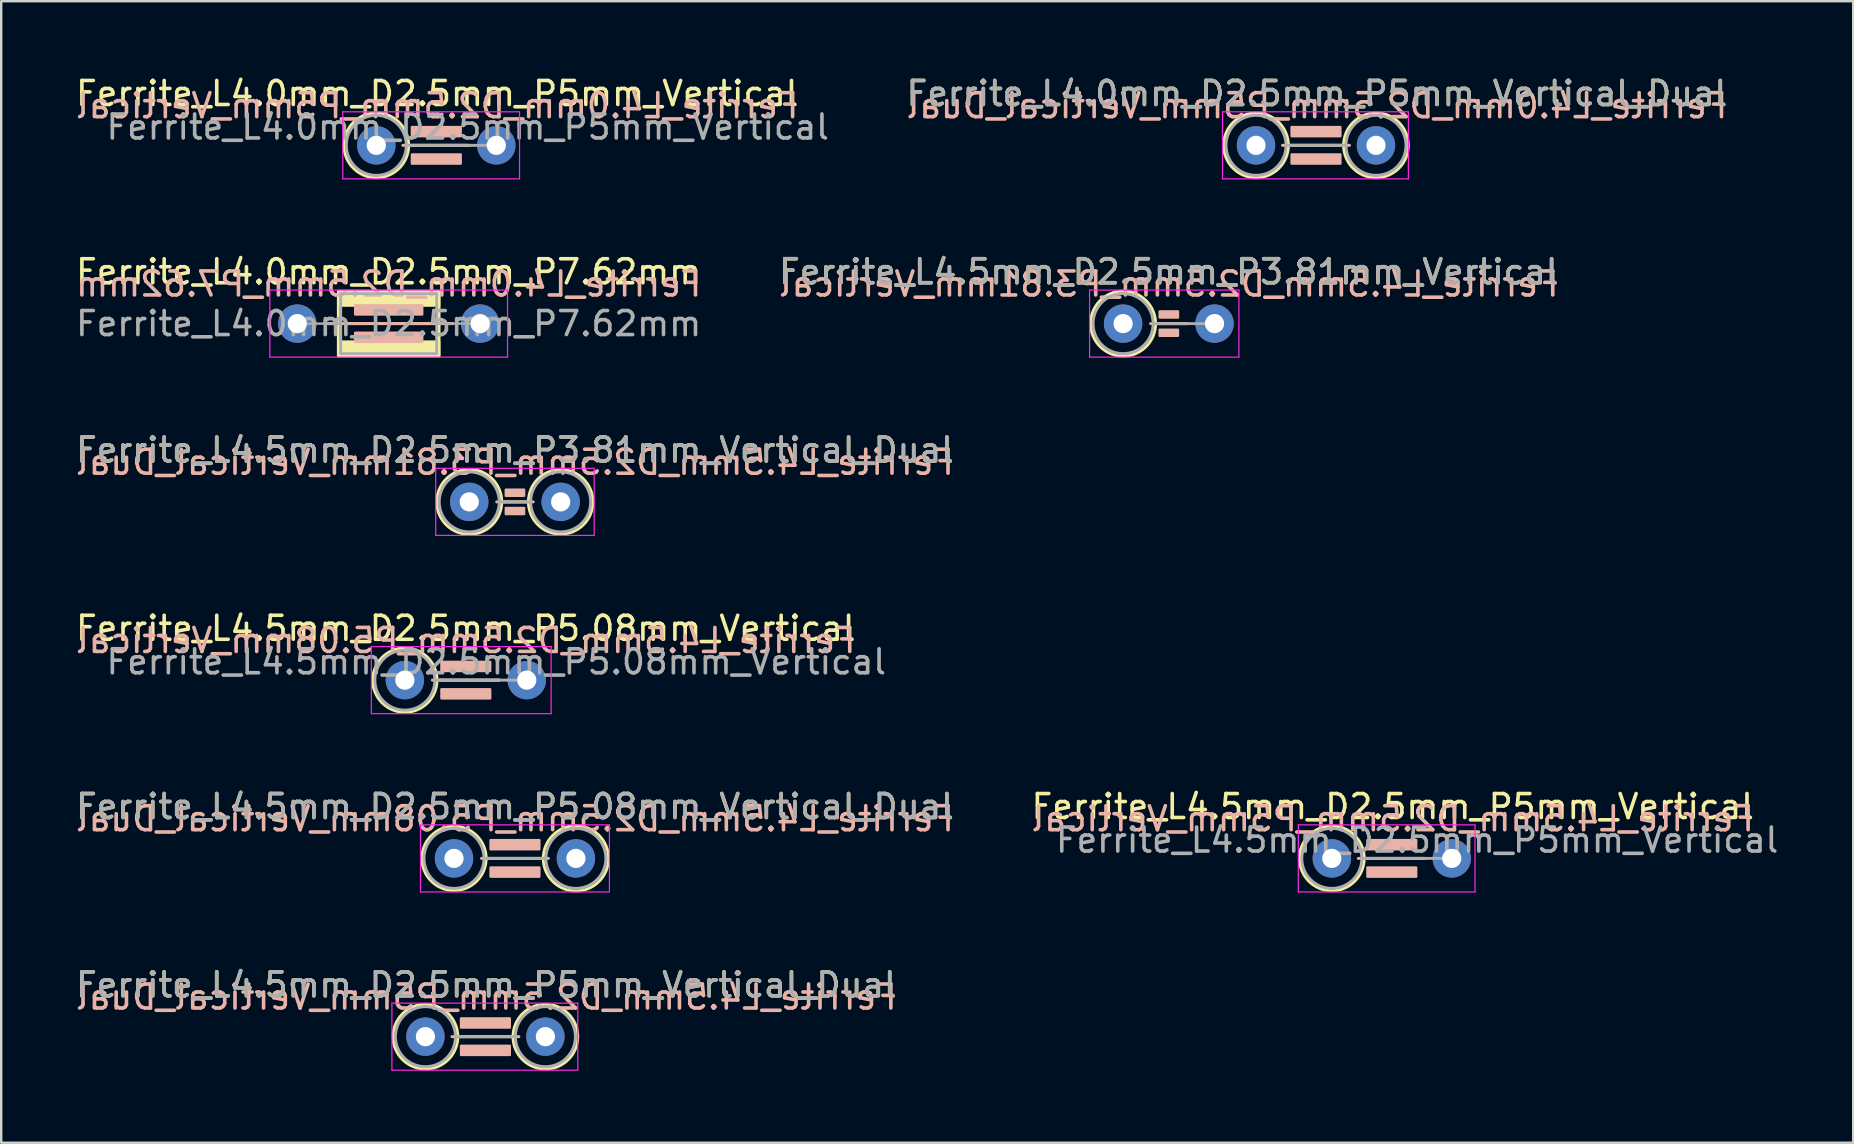
<source format=kicad_pcb>
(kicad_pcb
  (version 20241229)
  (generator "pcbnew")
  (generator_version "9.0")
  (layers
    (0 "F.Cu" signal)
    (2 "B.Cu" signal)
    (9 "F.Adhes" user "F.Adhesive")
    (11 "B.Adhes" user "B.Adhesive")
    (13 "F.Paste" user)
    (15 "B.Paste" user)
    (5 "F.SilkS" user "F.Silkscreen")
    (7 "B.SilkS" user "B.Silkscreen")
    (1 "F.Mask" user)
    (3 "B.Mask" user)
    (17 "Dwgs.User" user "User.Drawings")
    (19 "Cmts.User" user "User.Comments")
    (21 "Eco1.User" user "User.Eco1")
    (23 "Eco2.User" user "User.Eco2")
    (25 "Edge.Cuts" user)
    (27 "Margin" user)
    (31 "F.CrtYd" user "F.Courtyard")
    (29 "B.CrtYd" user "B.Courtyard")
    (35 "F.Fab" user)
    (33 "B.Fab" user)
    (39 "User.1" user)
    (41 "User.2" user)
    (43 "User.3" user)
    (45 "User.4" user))
  (footprint "Ferrite_L4.0mm_D2.5mm_P7.62mm"
    (layer "F.Cu")
    (at 9.339 10.437)
    (property "Reference" "Ferrite_L4.0mm_D2.5mm_P7.62mm" (at 3.81 -2.159 0) (layer "F.SilkS") (effects (font (size 1 1) (thickness 0.15))))
    (fp_line (start 5.424 0.000002) (end 1.143 0) (stroke (width 0.12) (type solid)) (layer "F.SilkS"))
    (fp_line (start 5.424 0.000002) (end 6.477 0) (stroke (width 0.12) (type solid)) (layer "F.SilkS"))
    (fp_rect (start 1.71 -1.35) (end 5.91 1.35) (stroke (width 0.12) (type solid)) (fill no) (layer "F.SilkS"))
    (fp_poly (pts (xy 5.91 -0.75) (xy 1.71 -0.75) (xy 1.71 -1.35) (xy 5.91 -1.35)) (stroke (width 0.1) (type solid)) (fill yes) (layer "F.SilkS"))
    (fp_poly (pts (xy 5.91 1.35) (xy 1.71 1.35) (xy 1.71 0.75) (xy 5.91 0.75)) (stroke (width 0.1) (type solid)) (fill yes) (layer "F.SilkS"))
    (fp_line (start 1.143 0) (end 6.477 0) (stroke (width 0.12) (type solid)) (layer "B.SilkS"))
    (fp_rect (start 2.413 -0.762) (end 5.207 -0.381) (stroke (width 0.1) (type solid)) (fill yes) (layer "B.SilkS"))
    (fp_rect (start 2.413 0.381) (end 5.207 0.762) (stroke (width 0.1) (type solid)) (fill yes) (layer "B.SilkS"))
    (fp_line (start -1.143 -1.397) (end 8.763 -1.397) (stroke (width 0.05) (type solid)) (layer "F.CrtYd"))
    (fp_line (start -1.143 1.397) (end -1.143 -1.397) (stroke (width 0.05) (type solid)) (layer "F.CrtYd"))
    (fp_line (start 8.763 -1.397) (end 8.763 1.397) (stroke (width 0.05) (type solid)) (layer "F.CrtYd"))
    (fp_line (start 8.763 1.397) (end -1.143 1.397) (stroke (width 0.05) (type solid)) (layer "F.CrtYd"))
    (fp_line (start 0 0) (end 1.81 0) (stroke (width 0.1) (type solid)) (layer "F.Fab"))
    (fp_line (start 1.81 -1.25) (end 1.81 0) (stroke (width 0.12) (type solid)) (layer "F.Fab"))
    (fp_line (start 1.81 0) (end 1.81 1.25) (stroke (width 0.12) (type solid)) (layer "F.Fab"))
    (fp_line (start 1.81 1.25) (end 5.81 1.25) (stroke (width 0.12) (type solid)) (layer "F.Fab"))
    (fp_line (start 5.81 -1.25) (end 1.81 -1.25) (stroke (width 0.12) (type solid)) (layer "F.Fab"))
    (fp_line (start 5.81 1.25) (end 5.81 -1.25) (stroke (width 0.12) (type solid)) (layer "F.Fab"))
    (fp_line (start 7.62 0) (end 5.81 0) (stroke (width 0.1) (type solid)) (layer "F.Fab"))
    (fp_text user "${REFERENCE}" (at 3.81 -1.651 0) (layer "B.SilkS") (effects (font (size 1 1) (thickness 0.15)) (justify mirror)))
    (fp_text user "${REFERENCE}" (at 3.81 0 0) (layer "F.Fab") (effects (font (size 1 1) (thickness 0.15))))
    (pad "1" thru_hole circle (at 0 0) (size 1.6 1.6) (drill 0.8) (layers "*.Cu" "*.Mask"))
    (pad "2" thru_hole circle (at 7.62 0) (size 1.6 1.6) (drill 0.8) (layers "*.Cu" "*.Mask")))
  (footprint "Ferrite_L4.5mm_D2.5mm_P5.08mm_Vertical"
    (layer "F.Cu")
    (at 13.823 25.295)
    (property "Reference" "Ferrite_L4.5mm_D2.5mm_P5.08mm_Vertical" (at 2.54 -2.159 0) (layer "F.SilkS") (effects (font (size 1 1) (thickness 0.15))))
    (fp_line (start 1.34 0) (end 3.937 0) (stroke (width 0.12) (type solid)) (layer "F.SilkS"))
    (fp_circle (center 0 0) (end 1.34 0) (stroke (width 0.12) (type solid)) (fill no) (layer "F.SilkS"))
    (fp_line (start 3.937 0) (end 1.143 0) (stroke (width 0.12) (type solid)) (layer "B.SilkS"))
    (fp_rect (start 1.524 -0.762) (end 3.556 -0.381) (stroke (width 0.1) (type solid)) (fill yes) (layer "B.SilkS"))
    (fp_rect (start 1.524 0.381) (end 3.556 0.762) (stroke (width 0.1) (type solid)) (fill yes) (layer "B.SilkS"))
    (fp_line (start -1.397 -1.397) (end 6.096 -1.397) (stroke (width 0.05) (type solid)) (layer "F.CrtYd"))
    (fp_line (start -1.397 1.397) (end -1.397 -1.397) (stroke (width 0.05) (type solid)) (layer "F.CrtYd"))
    (fp_line (start 6.096 -1.397) (end 6.096 1.397) (stroke (width 0.05) (type solid)) (layer "F.CrtYd"))
    (fp_line (start 6.096 1.397) (end -1.397 1.397) (stroke (width 0.05) (type solid)) (layer "F.CrtYd"))
    (fp_line (start 1.25 0) (end 5.08 0) (stroke (width 0.12) (type solid)) (layer "F.Fab"))
    (fp_circle (center 0 0) (end 1.25 0) (stroke (width 0.12) (type solid)) (fill no) (layer "F.Fab"))
    (fp_text user "${REFERENCE}" (at 2.54 -1.651 0) (layer "B.SilkS") (effects (font (size 1 1) (thickness 0.15)) (justify mirror)))
    (fp_text user "${REFERENCE}" (at 3.81 -0.762 0) (layer "F.Fab") (effects (font (size 1 1) (thickness 0.15))))
    (pad "1" thru_hole circle (at 0 0) (size 1.6 1.6) (drill 0.8) (layers "*.Cu" "*.Mask"))
    (pad "2" thru_hole circle (at 5.08 0) (size 1.6 1.6) (drill 0.8) (layers "*.Cu" "*.Mask")))
  (footprint "Ferrite_L4.5mm_D2.5mm_P3.81mm_Vertical_Dual"
    (layer "F.Cu")
    (at 16.506 17.866)
    (property "Reference" "Ferrite_L4.5mm_D2.5mm_P3.81mm_Vertical_Dual" (at 1.905 -2.159 0) (layer "F.SilkS") (effects (font (size 1 1) (thickness 0.15))))
    (fp_line (start 1.355 0) (end 2.465 0) (stroke (width 0.12) (type solid)) (layer "F.SilkS"))
    (fp_circle (center 0 0) (end 1.355 0) (stroke (width 0.12) (type solid)) (fill no) (layer "F.SilkS"))
    (fp_circle (center 3.81 0) (end 5.155 0) (stroke (width 0.12) (type solid)) (fill no) (layer "F.SilkS"))
    (fp_line (start 2.667 0) (end 1.143 0) (stroke (width 0.12) (type solid)) (layer "B.SilkS"))
    (fp_rect (start 1.524 -0.508) (end 2.286 -0.254) (stroke (width 0.1) (type solid)) (fill yes) (layer "B.SilkS"))
    (fp_rect (start 1.524 0.254) (end 2.286 0.508) (stroke (width 0.1) (type solid)) (fill yes) (layer "B.SilkS"))
    (fp_line (start -1.397 -1.397) (end 5.207 -1.397) (stroke (width 0.05) (type solid)) (layer "F.CrtYd"))
    (fp_line (start -1.397 1.397) (end -1.397 -1.397) (stroke (width 0.05) (type solid)) (layer "F.CrtYd"))
    (fp_line (start 5.207 -1.397) (end 5.207 1.397) (stroke (width 0.05) (type solid)) (layer "F.CrtYd"))
    (fp_line (start 5.207 1.397) (end -1.397 1.397) (stroke (width 0.05) (type solid)) (layer "F.CrtYd"))
    (fp_line (start 1.25 0) (end 2.56 0) (stroke (width 0.12) (type solid)) (layer "F.Fab"))
    (fp_circle (center 0 0) (end 1.25 0) (stroke (width 0.12) (type solid)) (fill no) (layer "F.Fab"))
    (fp_circle (center 3.81 0) (end 5.06 0) (stroke (width 0.12) (type solid)) (fill no) (layer "F.Fab"))
    (fp_text user "${REFERENCE}" (at 1.905 -1.651 0) (layer "B.SilkS") (effects (font (size 1 1) (thickness 0.15)) (justify mirror)))
    (fp_text user "${REFERENCE}" (at 1.905 -2.158 0) (layer "F.Fab") (effects (font (size 1 1) (thickness 0.15))))
    (pad "1" thru_hole circle (at 0 0) (size 1.6 1.6) (drill 0.8) (layers "*.Cu" "*.Mask"))
    (pad "2" thru_hole circle (at 3.81 0) (size 1.6 1.6) (drill 0.8) (layers "*.Cu" "*.Mask")))
  (footprint "Ferrite_L4.0mm_D2.5mm_P5mm_Vertical_Dual"
    (layer "F.Cu")
    (at 49.295 3.007)
    (property "Reference" "Ferrite_L4.0mm_D2.5mm_P5mm_Vertical_Dual" (at 2.54 -2.159 0) (layer "F.SilkS") (effects (font (size 1 1) (thickness 0.15))))
    (fp_line (start 1.35 0) (end 3.65 0) (stroke (width 0.12) (type solid)) (layer "F.SilkS"))
    (fp_circle (center 0 0) (end 1.35 0) (stroke (width 0.12) (type solid)) (fill no) (layer "F.SilkS"))
    (fp_circle (center 5 0) (end 6.35 0) (stroke (width 0.12) (type solid)) (fill no) (layer "F.SilkS"))
    (fp_line (start 3.897 0) (end 1.103 0) (stroke (width 0.12) (type solid)) (layer "B.SilkS"))
    (fp_rect (start 1.484 -0.762) (end 3.516 -0.381) (stroke (width 0.1) (type solid)) (fill yes) (layer "B.SilkS"))
    (fp_rect (start 1.484 0.381) (end 3.516 0.762) (stroke (width 0.1) (type solid)) (fill yes) (layer "B.SilkS"))
    (fp_line (start -1.397 -1.397) (end 6.35 -1.397) (stroke (width 0.05) (type solid)) (layer "F.CrtYd"))
    (fp_line (start -1.397 1.397) (end -1.397 -1.397) (stroke (width 0.05) (type solid)) (layer "F.CrtYd"))
    (fp_line (start 6.35 -1.397) (end 6.35 1.397) (stroke (width 0.05) (type solid)) (layer "F.CrtYd"))
    (fp_line (start 6.35 1.397) (end -1.397 1.397) (stroke (width 0.05) (type solid)) (layer "F.CrtYd"))
    (fp_line (start 1.25 0) (end 3.75 0) (stroke (width 0.12) (type solid)) (layer "F.Fab"))
    (fp_circle (center 0 0) (end 1.25 0) (stroke (width 0.12) (type solid)) (fill no) (layer "F.Fab"))
    (fp_circle (center 5 0) (end 6.25 0) (stroke (width 0.12) (type solid)) (fill no) (layer "F.Fab"))
    (fp_text user "${REFERENCE}" (at 2.54 -1.651 0) (layer "B.SilkS") (effects (font (size 1 1) (thickness 0.15)) (justify mirror)))
    (fp_text user "${REFERENCE}" (at 2.54 -2.158 0) (layer "F.Fab") (effects (font (size 1 1) (thickness 0.15))))
    (pad "1" thru_hole circle (at 0 0) (size 1.6 1.6) (drill 0.8) (layers "*.Cu" "*.Mask"))
    (pad "2" thru_hole circle (at 5 0) (size 1.6 1.6) (drill 0.8) (layers "*.Cu" "*.Mask")))
  (footprint "Ferrite_L4.0mm_D2.5mm_P5mm_Vertical"
    (layer "F.Cu")
    (at 12.633 3.007)
    (property "Reference" "Ferrite_L4.0mm_D2.5mm_P5mm_Vertical" (at 2.54 -2.159 0) (layer "F.SilkS") (effects (font (size 1 1) (thickness 0.15))))
    (fp_line (start 1.35 0) (end 3.81 0) (stroke (width 0.12) (type solid)) (layer "F.SilkS"))
    (fp_circle (center 0 0) (end 1.35 0) (stroke (width 0.12) (type solid)) (fill no) (layer "F.SilkS"))
    (fp_line (start 3.897 0) (end 1.103 0) (stroke (width 0.12) (type solid)) (layer "B.SilkS"))
    (fp_rect (start 1.484 -0.762) (end 3.516 -0.381) (stroke (width 0.1) (type solid)) (fill yes) (layer "B.SilkS"))
    (fp_rect (start 1.484 0.381) (end 3.516 0.762) (stroke (width 0.1) (type solid)) (fill yes) (layer "B.SilkS"))
    (fp_line (start -1.397 -1.397) (end 5.969 -1.397) (stroke (width 0.05) (type solid)) (layer "F.CrtYd"))
    (fp_line (start -1.397 1.397) (end -1.397 -1.397) (stroke (width 0.05) (type solid)) (layer "F.CrtYd"))
    (fp_line (start 5.969 -1.397) (end 5.969 1.397) (stroke (width 0.05) (type solid)) (layer "F.CrtYd"))
    (fp_line (start 5.969 1.397) (end -1.397 1.397) (stroke (width 0.05) (type solid)) (layer "F.CrtYd"))
    (fp_line (start 1.25 0) (end 5 0) (stroke (width 0.12) (type solid)) (layer "F.Fab"))
    (fp_circle (center 0 0) (end 1.25 0) (stroke (width 0.12) (type solid)) (fill no) (layer "F.Fab"))
    (fp_text user "${REFERENCE}" (at 2.54 -1.651 0) (layer "B.SilkS") (effects (font (size 1 1) (thickness 0.15)) (justify mirror)))
    (fp_text user "${REFERENCE}" (at 3.81 -0.762 0) (layer "F.Fab") (effects (font (size 1 1) (thickness 0.15))))
    (pad "1" thru_hole circle (at 0 0) (size 1.6 1.6) (drill 0.8) (layers "*.Cu" "*.Mask"))
    (pad "2" thru_hole circle (at 5 0) (size 1.6 1.6) (drill 0.8) (layers "*.Cu" "*.Mask")))
  (footprint "Ferrite_L4.5mm_D2.5mm_P5mm_Vertical_Dual"
    (layer "F.Cu")
    (at 14.68 40.154)
    (property "Reference" "Ferrite_L4.5mm_D2.5mm_P5mm_Vertical_Dual" (at 2.54 -2.159 0) (layer "F.SilkS") (effects (font (size 1 1) (thickness 0.15))))
    (fp_line (start 1.35 0) (end 3.65 0) (stroke (width 0.12) (type solid)) (layer "F.SilkS"))
    (fp_circle (center 0 0) (end 1.35 0) (stroke (width 0.12) (type solid)) (fill no) (layer "F.SilkS"))
    (fp_circle (center 5 0) (end 6.35 0) (stroke (width 0.12) (type solid)) (fill no) (layer "F.SilkS"))
    (fp_line (start 3.897 0) (end 1.103 0) (stroke (width 0.12) (type solid)) (layer "B.SilkS"))
    (fp_rect (start 1.484 -0.762) (end 3.516 -0.381) (stroke (width 0.1) (type solid)) (fill yes) (layer "B.SilkS"))
    (fp_rect (start 1.484 0.381) (end 3.516 0.762) (stroke (width 0.1) (type solid)) (fill yes) (layer "B.SilkS"))
    (fp_line (start -1.397 -1.397) (end 6.35 -1.397) (stroke (width 0.05) (type solid)) (layer "F.CrtYd"))
    (fp_line (start -1.397 1.397) (end -1.397 -1.397) (stroke (width 0.05) (type solid)) (layer "F.CrtYd"))
    (fp_line (start 6.35 -1.397) (end 6.35 1.397) (stroke (width 0.05) (type solid)) (layer "F.CrtYd"))
    (fp_line (start 6.35 1.397) (end -1.397 1.397) (stroke (width 0.05) (type solid)) (layer "F.CrtYd"))
    (fp_line (start 1.25 0) (end 3.75 0) (stroke (width 0.12) (type solid)) (layer "F.Fab"))
    (fp_circle (center 0 0) (end 1.25 0) (stroke (width 0.12) (type solid)) (fill no) (layer "F.Fab"))
    (fp_circle (center 5 0) (end 6.25 0) (stroke (width 0.12) (type solid)) (fill no) (layer "F.Fab"))
    (fp_text user "${REFERENCE}" (at 2.54 -1.651 0) (layer "B.SilkS") (effects (font (size 1 1) (thickness 0.15)) (justify mirror)))
    (fp_text user "${REFERENCE}" (at 2.54 -2.158 0) (layer "F.Fab") (effects (font (size 1 1) (thickness 0.15))))
    (pad "1" thru_hole circle (at 0 0) (size 1.6 1.6) (drill 0.8) (layers "*.Cu" "*.Mask"))
    (pad "2" thru_hole circle (at 5 0) (size 1.6 1.6) (drill 0.8) (layers "*.Cu" "*.Mask")))
  (footprint "Ferrite_L4.5mm_D2.5mm_P5.08mm_Vertical_Dual"
    (layer "F.Cu")
    (at 15.871 32.724)
    (property "Reference" "Ferrite_L4.5mm_D2.5mm_P5.08mm_Vertical_Dual" (at 2.54 -2.159 0) (layer "F.SilkS") (effects (font (size 1 1) (thickness 0.15))))
    (fp_line (start 1.34 0) (end 3.72 0) (stroke (width 0.12) (type solid)) (layer "F.SilkS"))
    (fp_circle (center 0 0) (end 1.34 0) (stroke (width 0.12) (type solid)) (fill no) (layer "F.SilkS"))
    (fp_circle (center 5.08 0) (end 6.44 0) (stroke (width 0.12) (type solid)) (fill no) (layer "F.SilkS"))
    (fp_line (start 3.937 0) (end 1.143 0) (stroke (width 0.12) (type solid)) (layer "B.SilkS"))
    (fp_rect (start 1.524 -0.762) (end 3.556 -0.381) (stroke (width 0.1) (type solid)) (fill yes) (layer "B.SilkS"))
    (fp_rect (start 1.524 0.381) (end 3.556 0.762) (stroke (width 0.1) (type solid)) (fill yes) (layer "B.SilkS"))
    (fp_line (start -1.397 -1.397) (end 6.477 -1.397) (stroke (width 0.05) (type solid)) (layer "F.CrtYd"))
    (fp_line (start -1.397 1.397) (end -1.397 -1.397) (stroke (width 0.05) (type solid)) (layer "F.CrtYd"))
    (fp_line (start 6.477 -1.397) (end 6.477 1.397) (stroke (width 0.05) (type solid)) (layer "F.CrtYd"))
    (fp_line (start 6.477 1.397) (end -1.397 1.397) (stroke (width 0.05) (type solid)) (layer "F.CrtYd"))
    (fp_line (start 1.25 0) (end 3.83 0) (stroke (width 0.12) (type solid)) (layer "F.Fab"))
    (fp_circle (center 0 0) (end 1.25 0) (stroke (width 0.12) (type solid)) (fill no) (layer "F.Fab"))
    (fp_circle (center 5.08 0) (end 6.33 0) (stroke (width 0.12) (type solid)) (fill no) (layer "F.Fab"))
    (fp_text user "${REFERENCE}" (at 2.54 -1.651 0) (layer "B.SilkS") (effects (font (size 1 1) (thickness 0.15)) (justify mirror)))
    (fp_text user "${REFERENCE}" (at 2.54 -2.158 0) (layer "F.Fab") (effects (font (size 1 1) (thickness 0.15))))
    (pad "1" thru_hole circle (at 0 0) (size 1.6 1.6) (drill 0.8) (layers "*.Cu" "*.Mask"))
    (pad "2" thru_hole circle (at 5.08 0) (size 1.6 1.6) (drill 0.8) (layers "*.Cu" "*.Mask")))
  (footprint "Ferrite_L4.5mm_D2.5mm_P5mm_Vertical"
    (layer "F.Cu")
    (at 52.454 32.724)
    (property "Reference" "Ferrite_L4.5mm_D2.5mm_P5mm_Vertical" (at 2.54 -2.159 0) (layer "F.SilkS") (effects (font (size 1 1) (thickness 0.15))))
    (fp_line (start 1.35 0) (end 3.81 0) (stroke (width 0.12) (type solid)) (layer "F.SilkS"))
    (fp_circle (center 0 0) (end 1.35 0) (stroke (width 0.12) (type solid)) (fill no) (layer "F.SilkS"))
    (fp_line (start 3.897 0) (end 1.103 0) (stroke (width 0.12) (type solid)) (layer "B.SilkS"))
    (fp_rect (start 1.484 -0.762) (end 3.516 -0.381) (stroke (width 0.1) (type solid)) (fill yes) (layer "B.SilkS"))
    (fp_rect (start 1.484 0.381) (end 3.516 0.762) (stroke (width 0.1) (type solid)) (fill yes) (layer "B.SilkS"))
    (fp_line (start -1.397 -1.397) (end 5.969 -1.397) (stroke (width 0.05) (type solid)) (layer "F.CrtYd"))
    (fp_line (start -1.397 1.397) (end -1.397 -1.397) (stroke (width 0.05) (type solid)) (layer "F.CrtYd"))
    (fp_line (start 5.969 -1.397) (end 5.969 1.397) (stroke (width 0.05) (type solid)) (layer "F.CrtYd"))
    (fp_line (start 5.969 1.397) (end -1.397 1.397) (stroke (width 0.05) (type solid)) (layer "F.CrtYd"))
    (fp_line (start 1.25 0) (end 5 0) (stroke (width 0.12) (type solid)) (layer "F.Fab"))
    (fp_circle (center 0 0) (end 1.25 0) (stroke (width 0.12) (type solid)) (fill no) (layer "F.Fab"))
    (fp_text user "${REFERENCE}" (at 2.54 -1.651 0) (layer "B.SilkS") (effects (font (size 1 1) (thickness 0.15)) (justify mirror)))
    (fp_text user "${REFERENCE}" (at 3.556 -0.762 0) (layer "F.Fab") (effects (font (size 1 1) (thickness 0.15))))
    (pad "1" thru_hole circle (at 0 0) (size 1.6 1.6) (drill 0.8) (layers "*.Cu" "*.Mask"))
    (pad "2" thru_hole circle (at 5 0) (size 1.6 1.6) (drill 0.8) (layers "*.Cu" "*.Mask")))
  (footprint "Ferrite_L4.5mm_D2.5mm_P3.81mm_Vertical"
    (layer "F.Cu")
    (at 43.756 10.437)
    (property "Reference" "Ferrite_L4.5mm_D2.5mm_P3.81mm_Vertical" (at 1.905 -2.159 0) (layer "F.SilkS") (effects (font (size 1 1) (thickness 0.15))))
    (fp_line (start 1.355 0) (end 2.667 0) (stroke (width 0.12) (type solid)) (layer "F.SilkS"))
    (fp_circle (center 0 0) (end 1.355 0) (stroke (width 0.12) (type solid)) (fill no) (layer "F.SilkS"))
    (fp_line (start 2.667 0) (end 1.143 0) (stroke (width 0.12) (type solid)) (layer "B.SilkS"))
    (fp_rect (start 1.524 -0.508) (end 2.286 -0.254) (stroke (width 0.1) (type solid)) (fill yes) (layer "B.SilkS"))
    (fp_rect (start 1.524 0.254) (end 2.286 0.508) (stroke (width 0.1) (type solid)) (fill yes) (layer "B.SilkS"))
    (fp_line (start -1.397 -1.397) (end 4.826 -1.397) (stroke (width 0.05) (type solid)) (layer "F.CrtYd"))
    (fp_line (start -1.397 1.397) (end -1.397 -1.397) (stroke (width 0.05) (type solid)) (layer "F.CrtYd"))
    (fp_line (start 4.826 -1.397) (end 4.826 1.397) (stroke (width 0.05) (type solid)) (layer "F.CrtYd"))
    (fp_line (start 4.826 1.397) (end -1.397 1.397) (stroke (width 0.05) (type solid)) (layer "F.CrtYd"))
    (fp_line (start 1.25 0) (end 3.81 0) (stroke (width 0.12) (type solid)) (layer "F.Fab"))
    (fp_circle (center 0 0) (end 1.25 0) (stroke (width 0.12) (type solid)) (fill no) (layer "F.Fab"))
    (fp_text user "${REFERENCE}" (at 1.905 -1.651 0) (layer "B.SilkS") (effects (font (size 1 1) (thickness 0.15)) (justify mirror)))
    (fp_text user "${REFERENCE}" (at 1.905 -2.158 0) (layer "F.Fab") (effects (font (size 1 1) (thickness 0.15))))
    (pad "1" thru_hole circle (at 0 0) (size 1.6 1.6) (drill 0.8) (layers "*.Cu" "*.Mask"))
    (pad "2" thru_hole circle (at 3.81 0) (size 1.6 1.6) (drill 0.8) (layers "*.Cu" "*.Mask")))
  (gr_rect
    (start -3 -3)
    (end 74.183 44.575)
    (stroke (width 0.1) (type default))
    (fill no)
    (layer "Edge.Cuts")))
</source>
